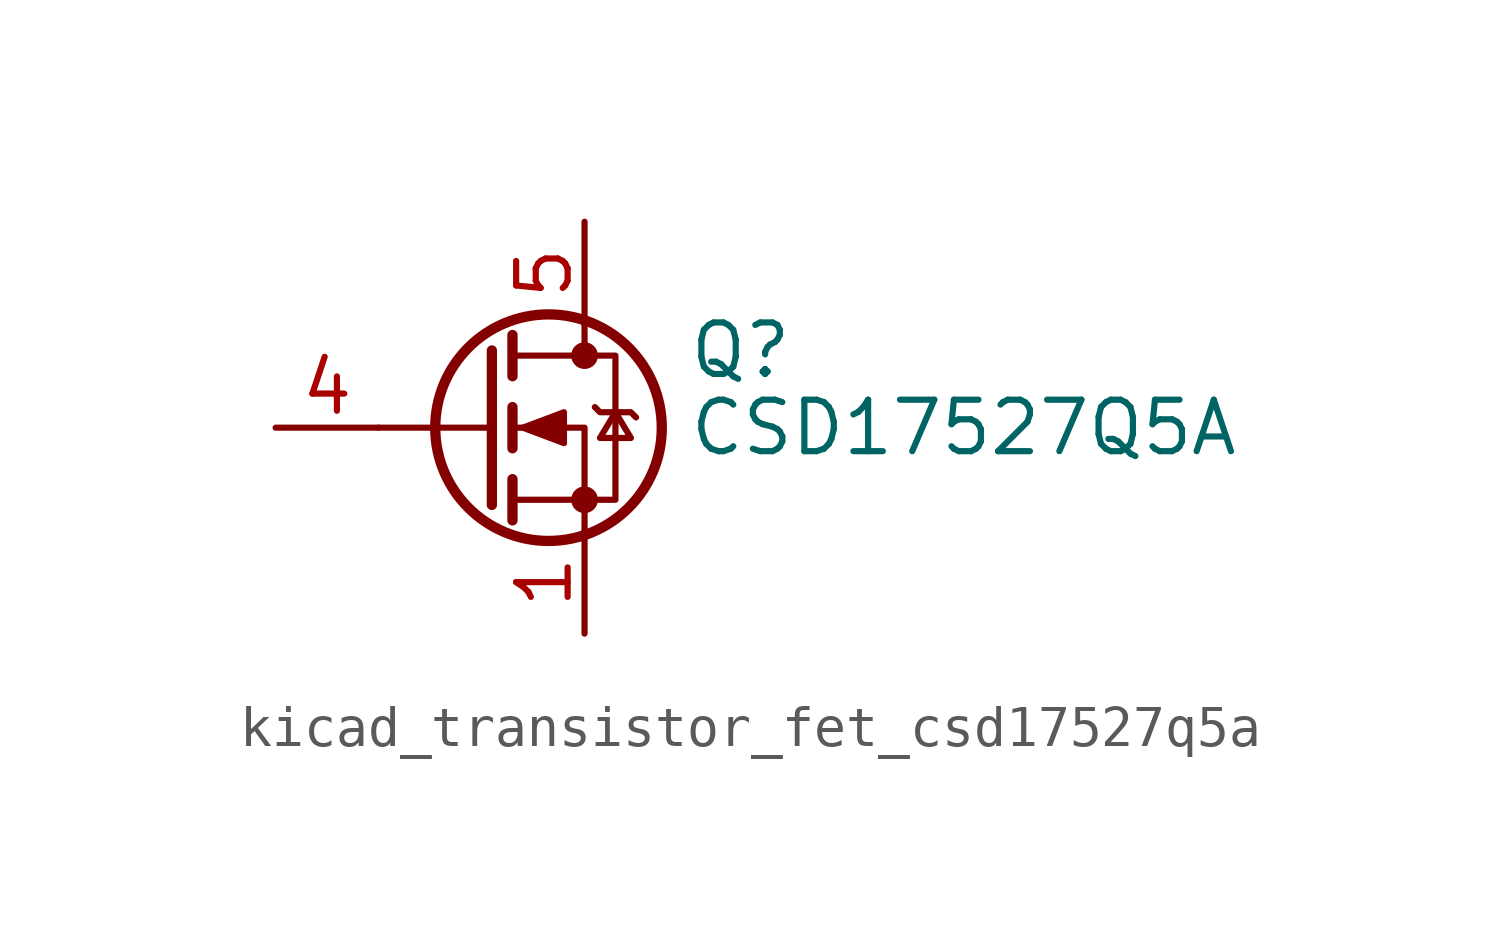
<source format=kicad_sym>
(kicad_symbol_lib
  (version 20220914)
  (generator kicad_symbol_editor)
  (symbol "kicad_transistor_fet_csd17527q5a"
    (pin_names hide)
    (property "Reference" "Q"
      (at 5.08 1.905 0)
      (effects (font (size 1.27 1.27)) (justify left)))
    (property "Value" "CSD17527Q5A"
      (at 5.08 0 0)
      (effects (font (size 1.27 1.27)) (justify left)))
    (symbol "kicad_transistor_fet_csd17527q5a_0_1"
      (polyline (pts (xy 0.254 0) (xy -2.54 0)) (stroke (width 0) (type default)) (fill (type none)))
      (polyline (pts (xy 0.254 1.905) (xy 0.254 -1.905)) (stroke (width 0.254) (type default)) (fill (type none)))
      (polyline (pts (xy 0.762 -1.27) (xy 0.762 -2.286)) (stroke (width 0.254) (type default)) (fill (type none)))
      (polyline (pts (xy 0.762 0.508) (xy 0.762 -0.508)) (stroke (width 0.254) (type default)) (fill (type none)))
      (polyline (pts (xy 0.762 2.286) (xy 0.762 1.27)) (stroke (width 0.254) (type default)) (fill (type none)))
      (polyline (pts (xy 2.54 2.54) (xy 2.54 1.778)) (stroke (width 0) (type default)) (fill (type none)))
      (polyline (pts (xy 2.54 -2.54) (xy 2.54 0) (xy 0.762 0)) (stroke (width 0) (type default)) (fill (type none)))
      (polyline (pts (xy 0.762 -1.778) (xy 3.302 -1.778) (xy 3.302 1.778) (xy 0.762 1.778)) (stroke (width 0) (type default)) (fill (type none)))
      (polyline (pts (xy 1.016 0) (xy 2.032 0.381) (xy 2.032 -0.381) (xy 1.016 0)) (stroke (width 0) (type default)) (fill (type outline)))
      (polyline (pts (xy 2.794 0.508) (xy 2.921 0.381) (xy 3.683 0.381) (xy 3.81 0.254)) (stroke (width 0) (type default)) (fill (type none)))
      (polyline (pts (xy 3.302 0.381) (xy 2.921 -0.254) (xy 3.683 -0.254) (xy 3.302 0.381)) (stroke (width 0) (type default)) (fill (type none)))
      (circle (center 1.651 0) (radius 2.794) (stroke (width 0.254) (type default)) (fill (type none)))
      (circle (center 2.54 -1.778) (radius 0.254) (stroke (width 0) (type default)) (fill (type outline)))
      (circle (center 2.54 1.778) (radius 0.254) (stroke (width 0) (type default)) (fill (type outline))))
    (symbol "kicad_transistor_fet_csd17527q5a_1_1"
      (pin passive line (at 2.54 -5.08 90) (length 2.54) (name "S" (effects (font (size 1.27 1.27)))) (number "1" (effects (font (size 1.27 1.27)))))
      (pin passive line (at 2.54 -5.08 90) (length 2.54) hide (name "S" (effects (font (size 1.27 1.27)))) (number "2" (effects (font (size 1.27 1.27)))))
      (pin passive line (at 2.54 -5.08 90) (length 2.54) hide (name "S" (effects (font (size 1.27 1.27)))) (number "3" (effects (font (size 1.27 1.27)))))
      (pin passive line (at -5.08 0 0) (length 2.54) (name "G" (effects (font (size 1.27 1.27)))) (number "4" (effects (font (size 1.27 1.27)))))
      (pin passive line (at 2.54 5.08 270) (length 2.54) (name "D" (effects (font (size 1.27 1.27)))) (number "5" (effects (font (size 1.27 1.27))))))))
</source>
